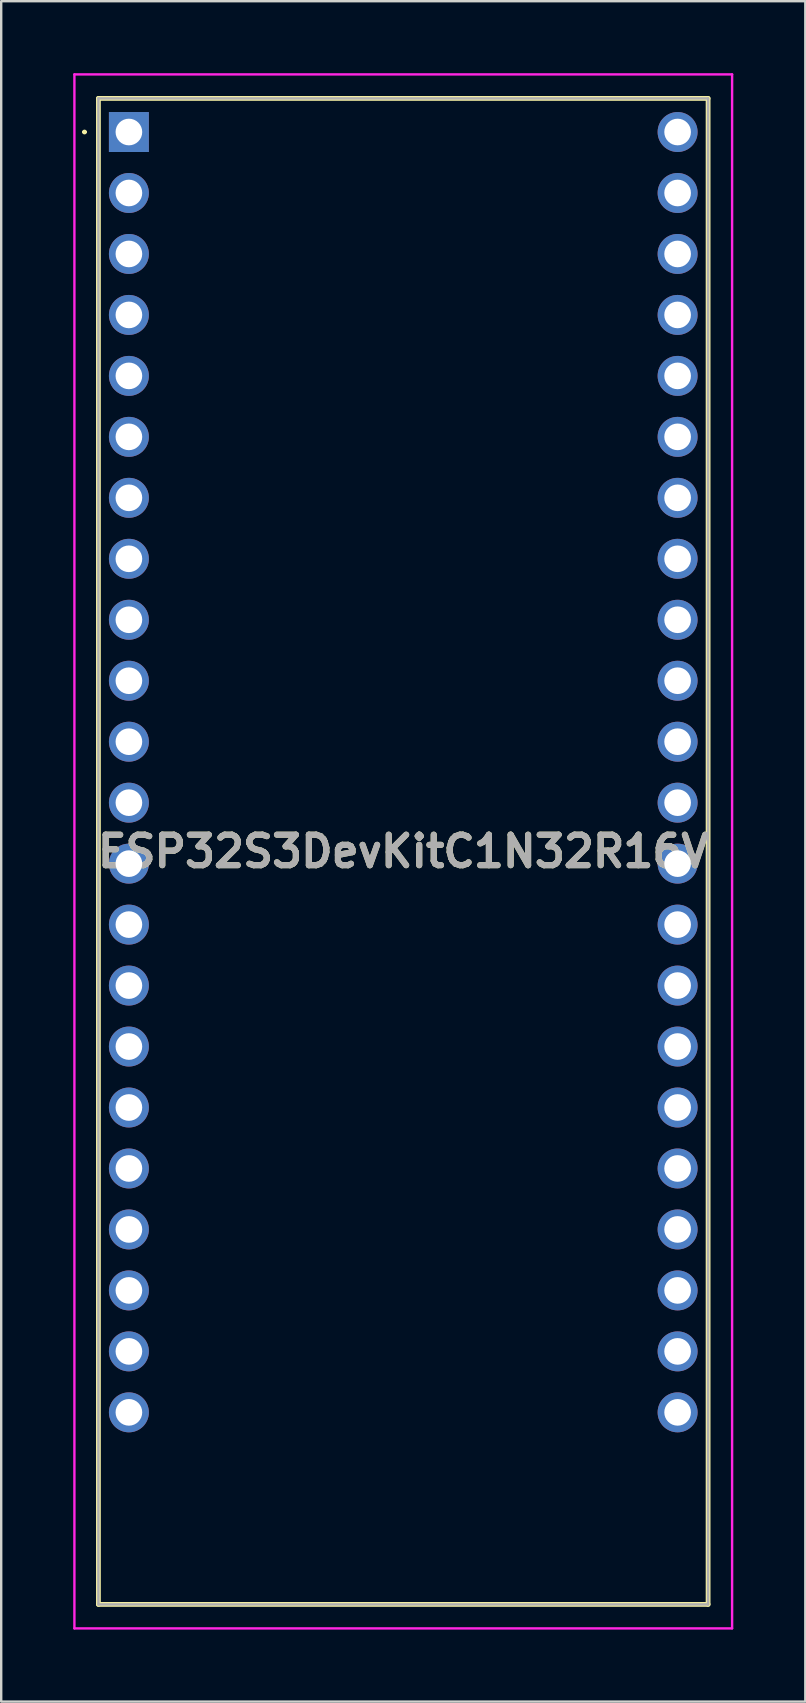
<source format=kicad_pcb>
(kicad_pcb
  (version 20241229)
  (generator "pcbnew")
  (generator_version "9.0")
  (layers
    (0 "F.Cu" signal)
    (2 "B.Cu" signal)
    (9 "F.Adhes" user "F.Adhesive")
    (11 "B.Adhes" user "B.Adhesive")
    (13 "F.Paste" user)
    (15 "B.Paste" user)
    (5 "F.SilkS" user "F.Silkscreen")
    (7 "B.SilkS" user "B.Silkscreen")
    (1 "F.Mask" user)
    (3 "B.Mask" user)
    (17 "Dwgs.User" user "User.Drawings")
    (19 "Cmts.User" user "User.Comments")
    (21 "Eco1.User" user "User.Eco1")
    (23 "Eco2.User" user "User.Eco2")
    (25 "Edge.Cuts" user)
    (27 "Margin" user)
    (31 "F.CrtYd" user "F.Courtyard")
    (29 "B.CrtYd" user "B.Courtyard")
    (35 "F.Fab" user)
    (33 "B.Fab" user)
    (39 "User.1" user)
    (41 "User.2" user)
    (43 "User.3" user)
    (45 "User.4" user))
  (footprint "ESP32S3DevKitC1N32R16V"
    (layer "F.Cu")
    (at 2.32 2.45)
    (property "Reference" "ESP32S3DevKitC1N32R16V" (at 11.43 29.97 0) (layer "F.SilkS") (effects (font (size 1.27 1.27) (thickness 0.254))))
    (attr through_hole)
    (fp_line (start -1.9 0) (end -1.9 0) (stroke (width 0.1) (type solid)) (layer "F.SilkS"))
    (fp_line (start -1.8 0) (end -1.8 0) (stroke (width 0.1) (type solid)) (layer "F.SilkS"))
    (fp_line (start -1.27 -1.4) (end 24.13 -1.4) (stroke (width 0.2) (type solid)) (layer "F.SilkS"))
    (fp_line (start -1.27 61.34) (end -1.27 -1.4) (stroke (width 0.2) (type solid)) (layer "F.SilkS"))
    (fp_line (start 24.13 -1.4) (end 24.13 61.34) (stroke (width 0.2) (type solid)) (layer "F.SilkS"))
    (fp_line (start 24.13 61.34) (end -1.27 61.34) (stroke (width 0.2) (type solid)) (layer "F.SilkS"))
    (fp_arc (start -1.9 0) (mid -1.85 -0.05) (end -1.8 0) (stroke (width 0.1) (type solid)) (layer "F.SilkS"))
    (fp_arc (start -1.8 0) (mid -1.85 0.05) (end -1.9 0) (stroke (width 0.1) (type solid)) (layer "F.SilkS"))
    (fp_line (start -2.27 -2.4) (end 25.13 -2.4) (stroke (width 0.1) (type solid)) (layer "F.CrtYd"))
    (fp_line (start -2.27 62.34) (end -2.27 -2.4) (stroke (width 0.1) (type solid)) (layer "F.CrtYd"))
    (fp_line (start 25.13 -2.4) (end 25.13 62.34) (stroke (width 0.1) (type solid)) (layer "F.CrtYd"))
    (fp_line (start 25.13 62.34) (end -2.27 62.34) (stroke (width 0.1) (type solid)) (layer "F.CrtYd"))
    (fp_line (start -1.27 -1.4) (end 24.13 -1.4) (stroke (width 0.1) (type solid)) (layer "F.Fab"))
    (fp_line (start -1.27 61.34) (end -1.27 -1.4) (stroke (width 0.1) (type solid)) (layer "F.Fab"))
    (fp_line (start 24.13 -1.4) (end 24.13 61.34) (stroke (width 0.1) (type solid)) (layer "F.Fab"))
    (fp_line (start 24.13 61.34) (end -1.27 61.34) (stroke (width 0.1) (type solid)) (layer "F.Fab"))
    (fp_text user "${REFERENCE}" (at 11.43 29.97 0) (layer "F.Fab") (effects (font (size 1.27 1.27) (thickness 0.254))))
    (pad "J111" thru_hole rect (at 0 0) (size 1.665 1.665) (drill 1.11) (layers "*.Cu" "*.Mask"))
    (pad "J112" thru_hole circle (at 0 2.54) (size 1.665 1.665) (drill 1.11) (layers "*.Cu" "*.Mask"))
    (pad "J113" thru_hole circle (at 0 5.08) (size 1.665 1.665) (drill 1.11) (layers "*.Cu" "*.Mask"))
    (pad "J114" thru_hole circle (at 0 7.62) (size 1.665 1.665) (drill 1.11) (layers "*.Cu" "*.Mask"))
    (pad "J115" thru_hole circle (at 0 10.16) (size 1.665 1.665) (drill 1.11) (layers "*.Cu" "*.Mask"))
    (pad "J116" thru_hole circle (at 0 12.7) (size 1.665 1.665) (drill 1.11) (layers "*.Cu" "*.Mask"))
    (pad "J117" thru_hole circle (at 0 15.24) (size 1.665 1.665) (drill 1.11) (layers "*.Cu" "*.Mask"))
    (pad "J118" thru_hole circle (at 0 17.78) (size 1.665 1.665) (drill 1.11) (layers "*.Cu" "*.Mask"))
    (pad "J119" thru_hole circle (at 0 20.32) (size 1.665 1.665) (drill 1.11) (layers "*.Cu" "*.Mask"))
    (pad "J120" thru_hole circle (at 0 22.86) (size 1.665 1.665) (drill 1.11) (layers "*.Cu" "*.Mask"))
    (pad "J121" thru_hole circle (at 0 25.4) (size 1.665 1.665) (drill 1.11) (layers "*.Cu" "*.Mask"))
    (pad "J122" thru_hole circle (at 0 27.94) (size 1.665 1.665) (drill 1.11) (layers "*.Cu" "*.Mask"))
    (pad "J123" thru_hole circle (at 0 30.48) (size 1.665 1.665) (drill 1.11) (layers "*.Cu" "*.Mask"))
    (pad "J124" thru_hole circle (at 0 33.02) (size 1.665 1.665) (drill 1.11) (layers "*.Cu" "*.Mask"))
    (pad "J125" thru_hole circle (at 0 35.56) (size 1.665 1.665) (drill 1.11) (layers "*.Cu" "*.Mask"))
    (pad "J126" thru_hole circle (at 0 38.1) (size 1.665 1.665) (drill 1.11) (layers "*.Cu" "*.Mask"))
    (pad "J127" thru_hole circle (at 0 40.64) (size 1.665 1.665) (drill 1.11) (layers "*.Cu" "*.Mask"))
    (pad "J128" thru_hole circle (at 0 43.18) (size 1.665 1.665) (drill 1.11) (layers "*.Cu" "*.Mask"))
    (pad "J129" thru_hole circle (at 0 45.72) (size 1.665 1.665) (drill 1.11) (layers "*.Cu" "*.Mask"))
    (pad "J130" thru_hole circle (at 0 48.26) (size 1.665 1.665) (drill 1.11) (layers "*.Cu" "*.Mask"))
    (pad "J131" thru_hole circle (at 0 50.8) (size 1.665 1.665) (drill 1.11) (layers "*.Cu" "*.Mask"))
    (pad "J132" thru_hole circle (at 0 53.34) (size 1.665 1.665) (drill 1.11) (layers "*.Cu" "*.Mask"))
    (pad "J311" thru_hole circle (at 22.86 0) (size 1.665 1.665) (drill 1.11) (layers "*.Cu" "*.Mask"))
    (pad "J312" thru_hole circle (at 22.86 2.54) (size 1.665 1.665) (drill 1.11) (layers "*.Cu" "*.Mask"))
    (pad "J313" thru_hole circle (at 22.86 5.08) (size 1.665 1.665) (drill 1.11) (layers "*.Cu" "*.Mask"))
    (pad "J314" thru_hole circle (at 22.86 7.62) (size 1.665 1.665) (drill 1.11) (layers "*.Cu" "*.Mask"))
    (pad "J315" thru_hole circle (at 22.86 10.16) (size 1.665 1.665) (drill 1.11) (layers "*.Cu" "*.Mask"))
    (pad "J316" thru_hole circle (at 22.86 12.7) (size 1.665 1.665) (drill 1.11) (layers "*.Cu" "*.Mask"))
    (pad "J317" thru_hole circle (at 22.86 15.24) (size 1.665 1.665) (drill 1.11) (layers "*.Cu" "*.Mask"))
    (pad "J318" thru_hole circle (at 22.86 17.78) (size 1.665 1.665) (drill 1.11) (layers "*.Cu" "*.Mask"))
    (pad "J319" thru_hole circle (at 22.86 20.32) (size 1.665 1.665) (drill 1.11) (layers "*.Cu" "*.Mask"))
    (pad "J320" thru_hole circle (at 22.86 22.86) (size 1.665 1.665) (drill 1.11) (layers "*.Cu" "*.Mask"))
    (pad "J321" thru_hole circle (at 22.86 25.4) (size 1.665 1.665) (drill 1.11) (layers "*.Cu" "*.Mask"))
    (pad "J322" thru_hole circle (at 22.86 27.94) (size 1.665 1.665) (drill 1.11) (layers "*.Cu" "*.Mask"))
    (pad "J323" thru_hole circle (at 22.86 30.48) (size 1.665 1.665) (drill 1.11) (layers "*.Cu" "*.Mask"))
    (pad "J324" thru_hole circle (at 22.86 33.02) (size 1.665 1.665) (drill 1.11) (layers "*.Cu" "*.Mask"))
    (pad "J325" thru_hole circle (at 22.86 35.56) (size 1.665 1.665) (drill 1.11) (layers "*.Cu" "*.Mask"))
    (pad "J326" thru_hole circle (at 22.86 38.1) (size 1.665 1.665) (drill 1.11) (layers "*.Cu" "*.Mask"))
    (pad "J327" thru_hole circle (at 22.86 40.64) (size 1.665 1.665) (drill 1.11) (layers "*.Cu" "*.Mask"))
    (pad "J328" thru_hole circle (at 22.86 43.18) (size 1.665 1.665) (drill 1.11) (layers "*.Cu" "*.Mask"))
    (pad "J329" thru_hole circle (at 22.86 45.72) (size 1.665 1.665) (drill 1.11) (layers "*.Cu" "*.Mask"))
    (pad "J330" thru_hole circle (at 22.86 48.26) (size 1.665 1.665) (drill 1.11) (layers "*.Cu" "*.Mask"))
    (pad "J331" thru_hole circle (at 22.86 50.8) (size 1.665 1.665) (drill 1.11) (layers "*.Cu" "*.Mask"))
    (pad "J332" thru_hole circle (at 22.86 53.34) (size 1.665 1.665) (drill 1.11) (layers "*.Cu" "*.Mask")))
  (gr_rect
    (start -3 -3)
    (end 30.5 67.84)
    (stroke (width 0.1) (type default))
    (fill no)
    (layer "Edge.Cuts")))
</source>
